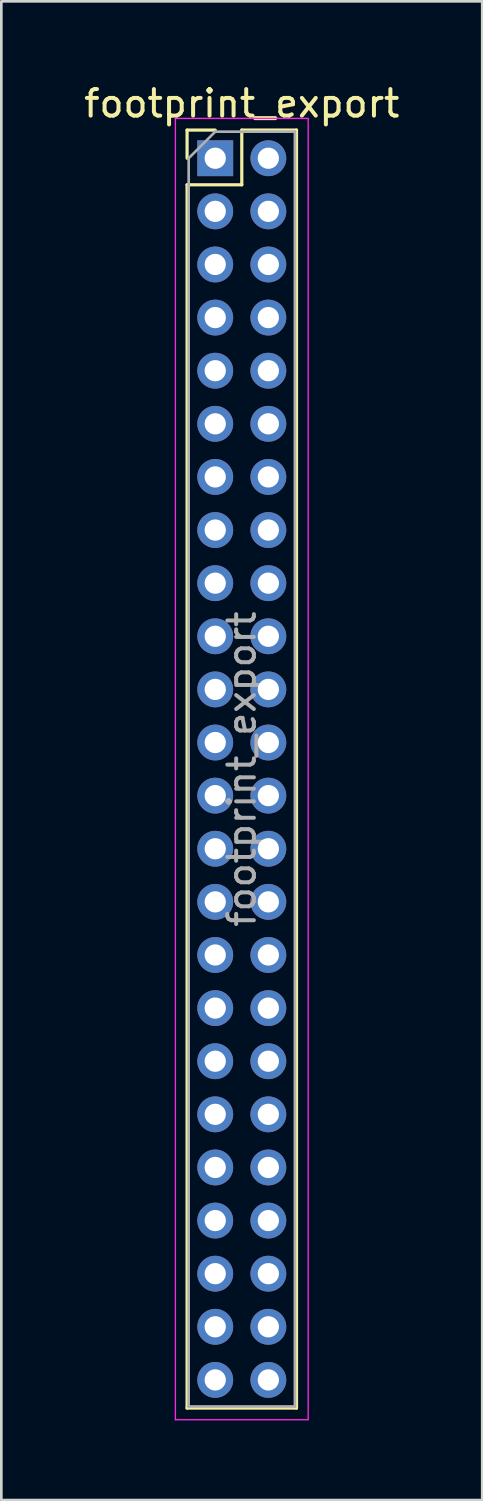
<source format=kicad_pcb>
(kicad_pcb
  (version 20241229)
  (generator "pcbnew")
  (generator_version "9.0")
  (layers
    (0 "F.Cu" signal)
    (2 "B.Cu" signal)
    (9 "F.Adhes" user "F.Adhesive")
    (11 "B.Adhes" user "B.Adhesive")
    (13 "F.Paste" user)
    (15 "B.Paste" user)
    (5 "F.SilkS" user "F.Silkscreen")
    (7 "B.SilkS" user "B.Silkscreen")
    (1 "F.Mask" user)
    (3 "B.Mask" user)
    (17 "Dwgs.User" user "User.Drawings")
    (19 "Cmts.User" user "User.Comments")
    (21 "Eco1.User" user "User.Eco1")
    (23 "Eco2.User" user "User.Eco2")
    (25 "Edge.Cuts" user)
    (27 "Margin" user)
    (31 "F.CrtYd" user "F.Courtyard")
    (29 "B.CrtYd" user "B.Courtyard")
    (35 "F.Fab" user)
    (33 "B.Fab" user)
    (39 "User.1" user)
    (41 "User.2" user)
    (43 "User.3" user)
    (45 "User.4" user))
  (footprint "footprint_export"
    (layer "F.Cu")
    (at 5.054 2.908)
    (property "Reference" "footprint_export" (at 1 -2.06 0) (layer "F.SilkS") (effects (font (size 1 1) (thickness 0.15))))
    (attr through_hole)
    (fp_line (start -1.06 -1.06) (end 0 -1.06) (stroke (width 0.12) (type solid)) (layer "F.SilkS"))
    (fp_line (start -1.06 0) (end -1.06 -1.06) (stroke (width 0.12) (type solid)) (layer "F.SilkS"))
    (fp_line (start -1.06 1) (end -1.06 47.06) (stroke (width 0.12) (type solid)) (layer "F.SilkS"))
    (fp_line (start -1.06 1) (end 1 1) (stroke (width 0.12) (type solid)) (layer "F.SilkS"))
    (fp_line (start -1.06 47.06) (end 3.06 47.06) (stroke (width 0.12) (type solid)) (layer "F.SilkS"))
    (fp_line (start 1 -1.06) (end 3.06 -1.06) (stroke (width 0.12) (type solid)) (layer "F.SilkS"))
    (fp_line (start 1 1) (end 1 -1.06) (stroke (width 0.12) (type solid)) (layer "F.SilkS"))
    (fp_line (start 3.06 -1.06) (end 3.06 47.06) (stroke (width 0.12) (type solid)) (layer "F.SilkS"))
    (fp_line (start -1.5 -1.5) (end -1.5 47.5) (stroke (width 0.05) (type solid)) (layer "F.CrtYd"))
    (fp_line (start -1.5 47.5) (end 3.5 47.5) (stroke (width 0.05) (type solid)) (layer "F.CrtYd"))
    (fp_line (start 3.5 -1.5) (end -1.5 -1.5) (stroke (width 0.05) (type solid)) (layer "F.CrtYd"))
    (fp_line (start 3.5 47.5) (end 3.5 -1.5) (stroke (width 0.05) (type solid)) (layer "F.CrtYd"))
    (fp_line (start -1 0) (end 0 -1) (stroke (width 0.1) (type solid)) (layer "F.Fab"))
    (fp_line (start -1 47) (end -1 0) (stroke (width 0.1) (type solid)) (layer "F.Fab"))
    (fp_line (start 0 -1) (end 3 -1) (stroke (width 0.1) (type solid)) (layer "F.Fab"))
    (fp_line (start 3 -1) (end 3 47) (stroke (width 0.1) (type solid)) (layer "F.Fab"))
    (fp_line (start 3 47) (end -1 47) (stroke (width 0.1) (type solid)) (layer "F.Fab"))
    (fp_text user "${REFERENCE}" (at 1 23 90) (layer "F.Fab") (effects (font (size 1 1) (thickness 0.15))))
    (pad "1" thru_hole rect (at 0 0) (size 1.35 1.35) (drill 0.8) (layers "*.Cu" "*.Mask"))
    (pad "2" thru_hole oval (at 2 0) (size 1.35 1.35) (drill 0.8) (layers "*.Cu" "*.Mask"))
    (pad "3" thru_hole oval (at 0 2) (size 1.35 1.35) (drill 0.8) (layers "*.Cu" "*.Mask"))
    (pad "4" thru_hole oval (at 2 2) (size 1.35 1.35) (drill 0.8) (layers "*.Cu" "*.Mask"))
    (pad "5" thru_hole oval (at 0 4) (size 1.35 1.35) (drill 0.8) (layers "*.Cu" "*.Mask"))
    (pad "6" thru_hole oval (at 2 4) (size 1.35 1.35) (drill 0.8) (layers "*.Cu" "*.Mask"))
    (pad "7" thru_hole oval (at 0 6) (size 1.35 1.35) (drill 0.8) (layers "*.Cu" "*.Mask"))
    (pad "8" thru_hole oval (at 2 6) (size 1.35 1.35) (drill 0.8) (layers "*.Cu" "*.Mask"))
    (pad "9" thru_hole oval (at 0 8) (size 1.35 1.35) (drill 0.8) (layers "*.Cu" "*.Mask"))
    (pad "10" thru_hole oval (at 2 8) (size 1.35 1.35) (drill 0.8) (layers "*.Cu" "*.Mask"))
    (pad "11" thru_hole oval (at 0 10) (size 1.35 1.35) (drill 0.8) (layers "*.Cu" "*.Mask"))
    (pad "12" thru_hole oval (at 2 10) (size 1.35 1.35) (drill 0.8) (layers "*.Cu" "*.Mask"))
    (pad "13" thru_hole oval (at 0 12) (size 1.35 1.35) (drill 0.8) (layers "*.Cu" "*.Mask"))
    (pad "14" thru_hole oval (at 2 12) (size 1.35 1.35) (drill 0.8) (layers "*.Cu" "*.Mask"))
    (pad "15" thru_hole oval (at 0 14) (size 1.35 1.35) (drill 0.8) (layers "*.Cu" "*.Mask"))
    (pad "16" thru_hole oval (at 2 14) (size 1.35 1.35) (drill 0.8) (layers "*.Cu" "*.Mask"))
    (pad "17" thru_hole oval (at 0 16) (size 1.35 1.35) (drill 0.8) (layers "*.Cu" "*.Mask"))
    (pad "18" thru_hole oval (at 2 16) (size 1.35 1.35) (drill 0.8) (layers "*.Cu" "*.Mask"))
    (pad "19" thru_hole oval (at 0 18) (size 1.35 1.35) (drill 0.8) (layers "*.Cu" "*.Mask"))
    (pad "20" thru_hole oval (at 2 18) (size 1.35 1.35) (drill 0.8) (layers "*.Cu" "*.Mask"))
    (pad "21" thru_hole oval (at 0 20) (size 1.35 1.35) (drill 0.8) (layers "*.Cu" "*.Mask"))
    (pad "22" thru_hole oval (at 2 20) (size 1.35 1.35) (drill 0.8) (layers "*.Cu" "*.Mask"))
    (pad "23" thru_hole oval (at 0 22) (size 1.35 1.35) (drill 0.8) (layers "*.Cu" "*.Mask"))
    (pad "24" thru_hole oval (at 2 22) (size 1.35 1.35) (drill 0.8) (layers "*.Cu" "*.Mask"))
    (pad "25" thru_hole oval (at 0 24) (size 1.35 1.35) (drill 0.8) (layers "*.Cu" "*.Mask"))
    (pad "26" thru_hole oval (at 2 24) (size 1.35 1.35) (drill 0.8) (layers "*.Cu" "*.Mask"))
    (pad "27" thru_hole oval (at 0 26) (size 1.35 1.35) (drill 0.8) (layers "*.Cu" "*.Mask"))
    (pad "28" thru_hole oval (at 2 26) (size 1.35 1.35) (drill 0.8) (layers "*.Cu" "*.Mask"))
    (pad "29" thru_hole oval (at 0 28) (size 1.35 1.35) (drill 0.8) (layers "*.Cu" "*.Mask"))
    (pad "30" thru_hole oval (at 2 28) (size 1.35 1.35) (drill 0.8) (layers "*.Cu" "*.Mask"))
    (pad "31" thru_hole oval (at 0 30) (size 1.35 1.35) (drill 0.8) (layers "*.Cu" "*.Mask"))
    (pad "32" thru_hole oval (at 2 30) (size 1.35 1.35) (drill 0.8) (layers "*.Cu" "*.Mask"))
    (pad "33" thru_hole oval (at 0 32) (size 1.35 1.35) (drill 0.8) (layers "*.Cu" "*.Mask"))
    (pad "34" thru_hole oval (at 2 32) (size 1.35 1.35) (drill 0.8) (layers "*.Cu" "*.Mask"))
    (pad "35" thru_hole oval (at 0 34) (size 1.35 1.35) (drill 0.8) (layers "*.Cu" "*.Mask"))
    (pad "36" thru_hole oval (at 2 34) (size 1.35 1.35) (drill 0.8) (layers "*.Cu" "*.Mask"))
    (pad "37" thru_hole oval (at 0 36) (size 1.35 1.35) (drill 0.8) (layers "*.Cu" "*.Mask"))
    (pad "38" thru_hole oval (at 2 36) (size 1.35 1.35) (drill 0.8) (layers "*.Cu" "*.Mask"))
    (pad "39" thru_hole oval (at 0 38) (size 1.35 1.35) (drill 0.8) (layers "*.Cu" "*.Mask"))
    (pad "40" thru_hole oval (at 2 38) (size 1.35 1.35) (drill 0.8) (layers "*.Cu" "*.Mask"))
    (pad "41" thru_hole oval (at 0 40) (size 1.35 1.35) (drill 0.8) (layers "*.Cu" "*.Mask"))
    (pad "42" thru_hole oval (at 2 40) (size 1.35 1.35) (drill 0.8) (layers "*.Cu" "*.Mask"))
    (pad "43" thru_hole oval (at 0 42) (size 1.35 1.35) (drill 0.8) (layers "*.Cu" "*.Mask"))
    (pad "44" thru_hole oval (at 2 42) (size 1.35 1.35) (drill 0.8) (layers "*.Cu" "*.Mask"))
    (pad "45" thru_hole oval (at 0 44) (size 1.35 1.35) (drill 0.8) (layers "*.Cu" "*.Mask"))
    (pad "46" thru_hole oval (at 2 44) (size 1.35 1.35) (drill 0.8) (layers "*.Cu" "*.Mask"))
    (pad "47" thru_hole oval (at 0 46) (size 1.35 1.35) (drill 0.8) (layers "*.Cu" "*.Mask"))
    (pad "48" thru_hole oval (at 2 46) (size 1.35 1.35) (drill 0.8) (layers "*.Cu" "*.Mask")))
  (gr_rect
    (start -3 -3)
    (end 15.107 53.433)
    (stroke (width 0.1) (type default))
    (fill no)
    (layer "Edge.Cuts")))
</source>
